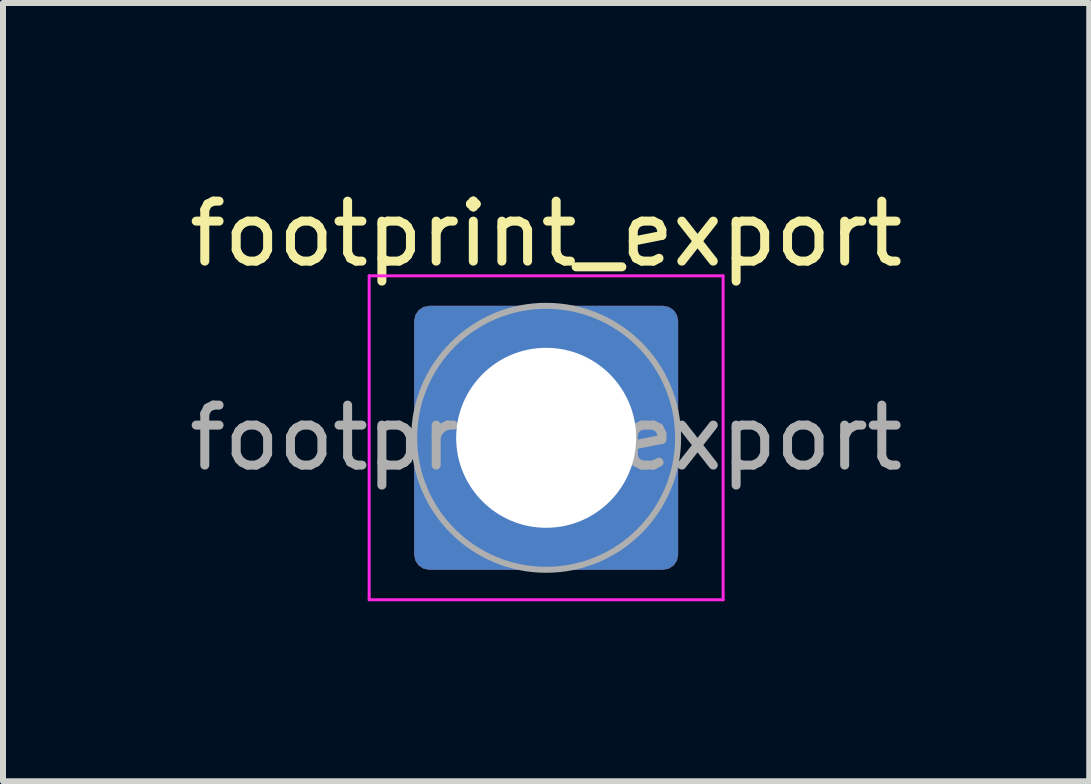
<source format=kicad_pcb>
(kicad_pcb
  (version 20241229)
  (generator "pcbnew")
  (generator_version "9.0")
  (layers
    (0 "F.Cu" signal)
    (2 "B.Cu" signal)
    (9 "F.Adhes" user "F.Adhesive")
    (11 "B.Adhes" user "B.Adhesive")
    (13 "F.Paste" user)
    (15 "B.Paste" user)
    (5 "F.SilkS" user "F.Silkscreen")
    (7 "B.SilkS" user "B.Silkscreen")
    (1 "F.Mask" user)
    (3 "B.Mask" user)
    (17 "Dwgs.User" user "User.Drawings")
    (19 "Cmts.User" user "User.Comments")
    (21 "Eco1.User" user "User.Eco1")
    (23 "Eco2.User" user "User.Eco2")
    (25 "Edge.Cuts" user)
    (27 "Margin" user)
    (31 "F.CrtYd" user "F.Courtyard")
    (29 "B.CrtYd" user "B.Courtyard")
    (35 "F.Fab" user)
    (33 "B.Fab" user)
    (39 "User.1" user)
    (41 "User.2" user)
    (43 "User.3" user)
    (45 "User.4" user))
  (footprint "footprint_export"
    (layer "F.Cu")
    (at 6.054 4.248)
    (property "Reference" "footprint_export" (at 0 -3.4 0) (layer "F.SilkS") (effects (font (size 1 1) (thickness 0.15))))
    (attr exclude_from_pos_files exclude_from_bom)
    (fp_line (start -2.95 -2.7) (end -2.95 2.7) (stroke (width 0.05) (type solid)) (layer "F.CrtYd"))
    (fp_line (start -2.95 2.7) (end 2.95 2.7) (stroke (width 0.05) (type solid)) (layer "F.CrtYd"))
    (fp_line (start 2.95 -2.7) (end -2.95 -2.7) (stroke (width 0.05) (type solid)) (layer "F.CrtYd"))
    (fp_line (start 2.95 2.7) (end 2.95 -2.7) (stroke (width 0.05) (type solid)) (layer "F.CrtYd"))
    (fp_circle (center 0 0) (end 2.2 0) (stroke (width 0.1) (type solid)) (fill no) (layer "F.Fab"))
    (fp_text user "${REFERENCE}" (at 0 0 0) (layer "F.Fab") (effects (font (size 1 1) (thickness 0.15))))
    (pad "1" thru_hole roundrect (at 0 0) (size 4.4 4.4) (drill 3) (layers "*.Cu" "*.Mask") (roundrect_rratio 0.057)))
  (gr_rect
    (start -3 -3)
    (end 15.107 9.973)
    (stroke (width 0.1) (type default))
    (fill no)
    (layer "Edge.Cuts")))
</source>
